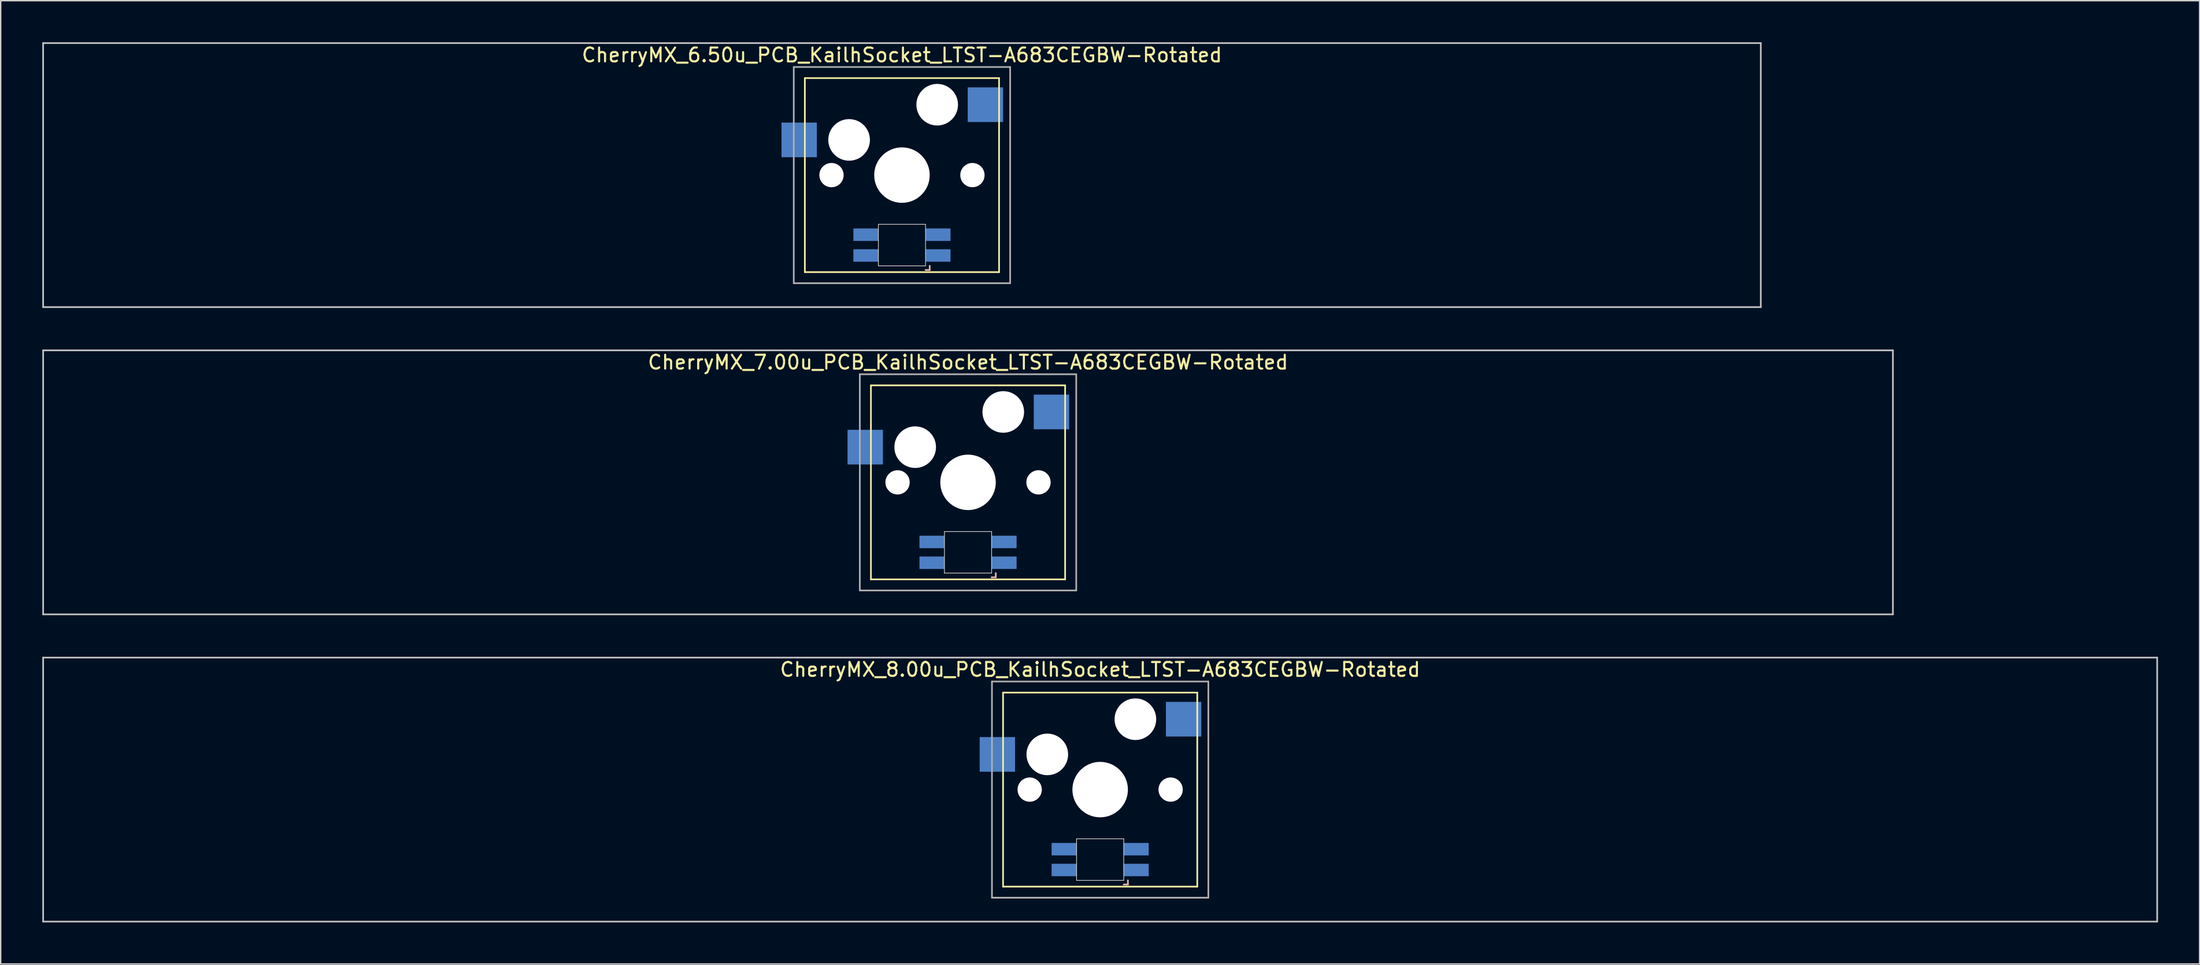
<source format=kicad_pcb>
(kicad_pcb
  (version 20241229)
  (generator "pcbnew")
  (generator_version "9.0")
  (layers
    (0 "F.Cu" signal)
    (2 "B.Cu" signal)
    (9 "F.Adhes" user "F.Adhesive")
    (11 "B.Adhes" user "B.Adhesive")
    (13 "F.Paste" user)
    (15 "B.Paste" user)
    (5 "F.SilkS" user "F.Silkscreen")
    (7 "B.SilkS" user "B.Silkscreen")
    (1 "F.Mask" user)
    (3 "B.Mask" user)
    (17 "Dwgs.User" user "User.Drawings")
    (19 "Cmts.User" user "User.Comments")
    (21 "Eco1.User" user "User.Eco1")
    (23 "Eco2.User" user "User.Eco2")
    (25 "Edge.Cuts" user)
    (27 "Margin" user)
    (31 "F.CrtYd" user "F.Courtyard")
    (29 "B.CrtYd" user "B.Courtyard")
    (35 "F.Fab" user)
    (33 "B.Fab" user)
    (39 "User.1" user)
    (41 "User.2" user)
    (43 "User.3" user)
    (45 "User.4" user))
  (footprint "CherryMX_7.00u_PCB_KailhSocket_LTST-A683CEGBW-Rotated"
    (layer "F.Cu")
    (at 66.735 31.755)
    (property "Reference" "CherryMX_7.00u_PCB_KailhSocket_LTST-A683CEGBW-Rotated" (at 0 -8.662 0) (layer "F.SilkS") (effects (font (size 1 1) (thickness 0.15))))
    (attr through_hole)
    (fp_line (start -7 -7) (end -7 7) (stroke (width 0.12) (type solid)) (layer "F.SilkS"))
    (fp_line (start -7 -7) (end 7 -7) (stroke (width 0.12) (type solid)) (layer "F.SilkS"))
    (fp_line (start 7 -7) (end 7 7) (stroke (width 0.12) (type solid)) (layer "F.SilkS"))
    (fp_line (start 7 7) (end -7 7) (stroke (width 0.12) (type solid)) (layer "F.SilkS"))
    (fp_line (start 1.7 6.85) (end 2 6.85) (stroke (width 0.12) (type solid)) (layer "B.SilkS"))
    (fp_line (start 2 6.85) (end 2 6.55) (stroke (width 0.12) (type solid)) (layer "B.SilkS"))
    (fp_line (start -66.675 -9.525) (end 66.675 -9.525) (stroke (width 0.12) (type solid)) (layer "Dwgs.User"))
    (fp_line (start -66.675 9.525) (end -66.675 -9.525) (stroke (width 0.12) (type solid)) (layer "Dwgs.User"))
    (fp_line (start 66.675 -9.525) (end 66.675 9.525) (stroke (width 0.12) (type solid)) (layer "Dwgs.User"))
    (fp_line (start 66.675 9.525) (end -66.675 9.525) (stroke (width 0.12) (type solid)) (layer "Dwgs.User"))
    (fp_line (start -1.7 3.55) (end 1.7 3.55) (stroke (width 0.05) (type solid)) (layer "Edge.Cuts"))
    (fp_line (start -1.7 6.55) (end -1.7 3.55) (stroke (width 0.05) (type solid)) (layer "Edge.Cuts"))
    (fp_line (start 1.7 3.55) (end 1.7 6.55) (stroke (width 0.05) (type solid)) (layer "Edge.Cuts"))
    (fp_line (start 1.7 6.55) (end -1.7 6.55) (stroke (width 0.05) (type solid)) (layer "Edge.Cuts"))
    (fp_line (start -7.8 -7.8) (end -7.8 7.8) (stroke (width 0.12) (type solid)) (layer "F.Fab"))
    (fp_line (start -7.8 -7.8) (end 7.8 -7.8) (stroke (width 0.12) (type solid)) (layer "F.Fab"))
    (fp_line (start -7.8 7.8) (end 7.8 7.8) (stroke (width 0.12) (type solid)) (layer "F.Fab"))
    (fp_line (start 7.8 -7.8) (end 7.8 7.8) (stroke (width 0.12) (type solid)) (layer "F.Fab"))
    (pad "" np_thru_hole circle (at -5.08 0) (size 1.75 1.75) (drill 1.75) (layers "*.Cu" "*.Mask"))
    (pad "" np_thru_hole circle (at -3.81 -2.54) (size 3 3) (drill 3) (layers "*.Cu" "*.Mask"))
    (pad "" np_thru_hole circle (at 0 0) (size 4 4) (drill 4) (layers "*.Cu" "*.Mask"))
    (pad "" np_thru_hole circle (at 2.54 -5.08) (size 3 3) (drill 3) (layers "*.Cu" "*.Mask"))
    (pad "" np_thru_hole circle (at 5.08 0) (size 1.75 1.75) (drill 1.75) (layers "*.Cu" "*.Mask"))
    (pad "1" smd rect (at -7.41 -2.54) (size 2.55 2.5) (layers "B.Cu" "B.Mask" "B.Paste"))
    (pad "2" smd rect (at 6.015 -5.08) (size 2.55 2.5) (layers "B.Cu" "B.Mask" "B.Paste"))
    (pad "3" smd rect (at 2.6 5.8) (size 1.8 0.9) (layers "B.Cu" "B.Mask" "B.Paste"))
    (pad "4" smd rect (at 2.6 4.3) (size 1.8 0.9) (layers "B.Cu" "B.Mask" "B.Paste"))
    (pad "5" smd rect (at -2.6 5.8) (size 1.8 0.9) (layers "B.Cu" "B.Mask" "B.Paste"))
    (pad "6" smd rect (at -2.6 4.3) (size 1.8 0.9) (layers "B.Cu" "B.Mask" "B.Paste")))
  (footprint "CherryMX_8.00u_PCB_KailhSocket_LTST-A683CEGBW-Rotated"
    (layer "F.Cu")
    (at 76.26 53.925)
    (property "Reference" "CherryMX_8.00u_PCB_KailhSocket_LTST-A683CEGBW-Rotated" (at 0 -8.662 0) (layer "F.SilkS") (effects (font (size 1 1) (thickness 0.15))))
    (attr through_hole)
    (fp_line (start -7 -7) (end -7 7) (stroke (width 0.12) (type solid)) (layer "F.SilkS"))
    (fp_line (start -7 -7) (end 7 -7) (stroke (width 0.12) (type solid)) (layer "F.SilkS"))
    (fp_line (start 7 -7) (end 7 7) (stroke (width 0.12) (type solid)) (layer "F.SilkS"))
    (fp_line (start 7 7) (end -7 7) (stroke (width 0.12) (type solid)) (layer "F.SilkS"))
    (fp_line (start 1.7 6.85) (end 2 6.85) (stroke (width 0.12) (type solid)) (layer "B.SilkS"))
    (fp_line (start 2 6.85) (end 2 6.55) (stroke (width 0.12) (type solid)) (layer "B.SilkS"))
    (fp_line (start -76.2 -9.525) (end 76.2 -9.525) (stroke (width 0.12) (type solid)) (layer "Dwgs.User"))
    (fp_line (start -76.2 9.525) (end -76.2 -9.525) (stroke (width 0.12) (type solid)) (layer "Dwgs.User"))
    (fp_line (start 76.2 -9.525) (end 76.2 9.525) (stroke (width 0.12) (type solid)) (layer "Dwgs.User"))
    (fp_line (start 76.2 9.525) (end -76.2 9.525) (stroke (width 0.12) (type solid)) (layer "Dwgs.User"))
    (fp_line (start -1.7 3.55) (end 1.7 3.55) (stroke (width 0.05) (type solid)) (layer "Edge.Cuts"))
    (fp_line (start -1.7 6.55) (end -1.7 3.55) (stroke (width 0.05) (type solid)) (layer "Edge.Cuts"))
    (fp_line (start 1.7 3.55) (end 1.7 6.55) (stroke (width 0.05) (type solid)) (layer "Edge.Cuts"))
    (fp_line (start 1.7 6.55) (end -1.7 6.55) (stroke (width 0.05) (type solid)) (layer "Edge.Cuts"))
    (fp_line (start -7.8 -7.8) (end -7.8 7.8) (stroke (width 0.12) (type solid)) (layer "F.Fab"))
    (fp_line (start -7.8 -7.8) (end 7.8 -7.8) (stroke (width 0.12) (type solid)) (layer "F.Fab"))
    (fp_line (start -7.8 7.8) (end 7.8 7.8) (stroke (width 0.12) (type solid)) (layer "F.Fab"))
    (fp_line (start 7.8 -7.8) (end 7.8 7.8) (stroke (width 0.12) (type solid)) (layer "F.Fab"))
    (pad "" np_thru_hole circle (at -5.08 0) (size 1.75 1.75) (drill 1.75) (layers "*.Cu" "*.Mask"))
    (pad "" np_thru_hole circle (at -3.81 -2.54) (size 3 3) (drill 3) (layers "*.Cu" "*.Mask"))
    (pad "" np_thru_hole circle (at 0 0) (size 4 4) (drill 4) (layers "*.Cu" "*.Mask"))
    (pad "" np_thru_hole circle (at 2.54 -5.08) (size 3 3) (drill 3) (layers "*.Cu" "*.Mask"))
    (pad "" np_thru_hole circle (at 5.08 0) (size 1.75 1.75) (drill 1.75) (layers "*.Cu" "*.Mask"))
    (pad "1" smd rect (at -7.41 -2.54) (size 2.55 2.5) (layers "B.Cu" "B.Mask" "B.Paste"))
    (pad "2" smd rect (at 6.015 -5.08) (size 2.55 2.5) (layers "B.Cu" "B.Mask" "B.Paste"))
    (pad "3" smd rect (at 2.6 5.8) (size 1.8 0.9) (layers "B.Cu" "B.Mask" "B.Paste"))
    (pad "4" smd rect (at 2.6 4.3) (size 1.8 0.9) (layers "B.Cu" "B.Mask" "B.Paste"))
    (pad "5" smd rect (at -2.6 5.8) (size 1.8 0.9) (layers "B.Cu" "B.Mask" "B.Paste"))
    (pad "6" smd rect (at -2.6 4.3) (size 1.8 0.9) (layers "B.Cu" "B.Mask" "B.Paste")))
  (footprint "CherryMX_6.50u_PCB_KailhSocket_LTST-A683CEGBW-Rotated"
    (layer "F.Cu")
    (at 61.972 9.585)
    (property "Reference" "CherryMX_6.50u_PCB_KailhSocket_LTST-A683CEGBW-Rotated" (at 0 -8.662 0) (layer "F.SilkS") (effects (font (size 1 1) (thickness 0.15))))
    (attr through_hole)
    (fp_line (start -7 -7) (end -7 7) (stroke (width 0.12) (type solid)) (layer "F.SilkS"))
    (fp_line (start -7 -7) (end 7 -7) (stroke (width 0.12) (type solid)) (layer "F.SilkS"))
    (fp_line (start 7 -7) (end 7 7) (stroke (width 0.12) (type solid)) (layer "F.SilkS"))
    (fp_line (start 7 7) (end -7 7) (stroke (width 0.12) (type solid)) (layer "F.SilkS"))
    (fp_line (start 1.7 6.85) (end 2 6.85) (stroke (width 0.12) (type solid)) (layer "B.SilkS"))
    (fp_line (start 2 6.85) (end 2 6.55) (stroke (width 0.12) (type solid)) (layer "B.SilkS"))
    (fp_line (start -61.913 -9.525) (end 61.913 -9.525) (stroke (width 0.12) (type solid)) (layer "Dwgs.User"))
    (fp_line (start -61.913 9.525) (end -61.913 -9.525) (stroke (width 0.12) (type solid)) (layer "Dwgs.User"))
    (fp_line (start 61.913 -9.525) (end 61.913 9.525) (stroke (width 0.12) (type solid)) (layer "Dwgs.User"))
    (fp_line (start 61.913 9.525) (end -61.913 9.525) (stroke (width 0.12) (type solid)) (layer "Dwgs.User"))
    (fp_line (start -1.7 3.55) (end 1.7 3.55) (stroke (width 0.05) (type solid)) (layer "Edge.Cuts"))
    (fp_line (start -1.7 6.55) (end -1.7 3.55) (stroke (width 0.05) (type solid)) (layer "Edge.Cuts"))
    (fp_line (start 1.7 3.55) (end 1.7 6.55) (stroke (width 0.05) (type solid)) (layer "Edge.Cuts"))
    (fp_line (start 1.7 6.55) (end -1.7 6.55) (stroke (width 0.05) (type solid)) (layer "Edge.Cuts"))
    (fp_line (start -7.8 -7.8) (end -7.8 7.8) (stroke (width 0.12) (type solid)) (layer "F.Fab"))
    (fp_line (start -7.8 -7.8) (end 7.8 -7.8) (stroke (width 0.12) (type solid)) (layer "F.Fab"))
    (fp_line (start -7.8 7.8) (end 7.8 7.8) (stroke (width 0.12) (type solid)) (layer "F.Fab"))
    (fp_line (start 7.8 -7.8) (end 7.8 7.8) (stroke (width 0.12) (type solid)) (layer "F.Fab"))
    (pad "" np_thru_hole circle (at -5.08 0) (size 1.75 1.75) (drill 1.75) (layers "*.Cu" "*.Mask"))
    (pad "" np_thru_hole circle (at -3.81 -2.54) (size 3 3) (drill 3) (layers "*.Cu" "*.Mask"))
    (pad "" np_thru_hole circle (at 0 0) (size 4 4) (drill 4) (layers "*.Cu" "*.Mask"))
    (pad "" np_thru_hole circle (at 2.54 -5.08) (size 3 3) (drill 3) (layers "*.Cu" "*.Mask"))
    (pad "" np_thru_hole circle (at 5.08 0) (size 1.75 1.75) (drill 1.75) (layers "*.Cu" "*.Mask"))
    (pad "1" smd rect (at -7.41 -2.54) (size 2.55 2.5) (layers "B.Cu" "B.Mask" "B.Paste"))
    (pad "2" smd rect (at 6.015 -5.08) (size 2.55 2.5) (layers "B.Cu" "B.Mask" "B.Paste"))
    (pad "3" smd rect (at 2.6 5.8) (size 1.8 0.9) (layers "B.Cu" "B.Mask" "B.Paste"))
    (pad "4" smd rect (at 2.6 4.3) (size 1.8 0.9) (layers "B.Cu" "B.Mask" "B.Paste"))
    (pad "5" smd rect (at -2.6 5.8) (size 1.8 0.9) (layers "B.Cu" "B.Mask" "B.Paste"))
    (pad "6" smd rect (at -2.6 4.3) (size 1.8 0.9) (layers "B.Cu" "B.Mask" "B.Paste")))
  (gr_rect
    (start -3 -3)
    (end 155.52 66.51)
    (stroke (width 0.1) (type default))
    (fill no)
    (layer "Edge.Cuts")))
</source>
